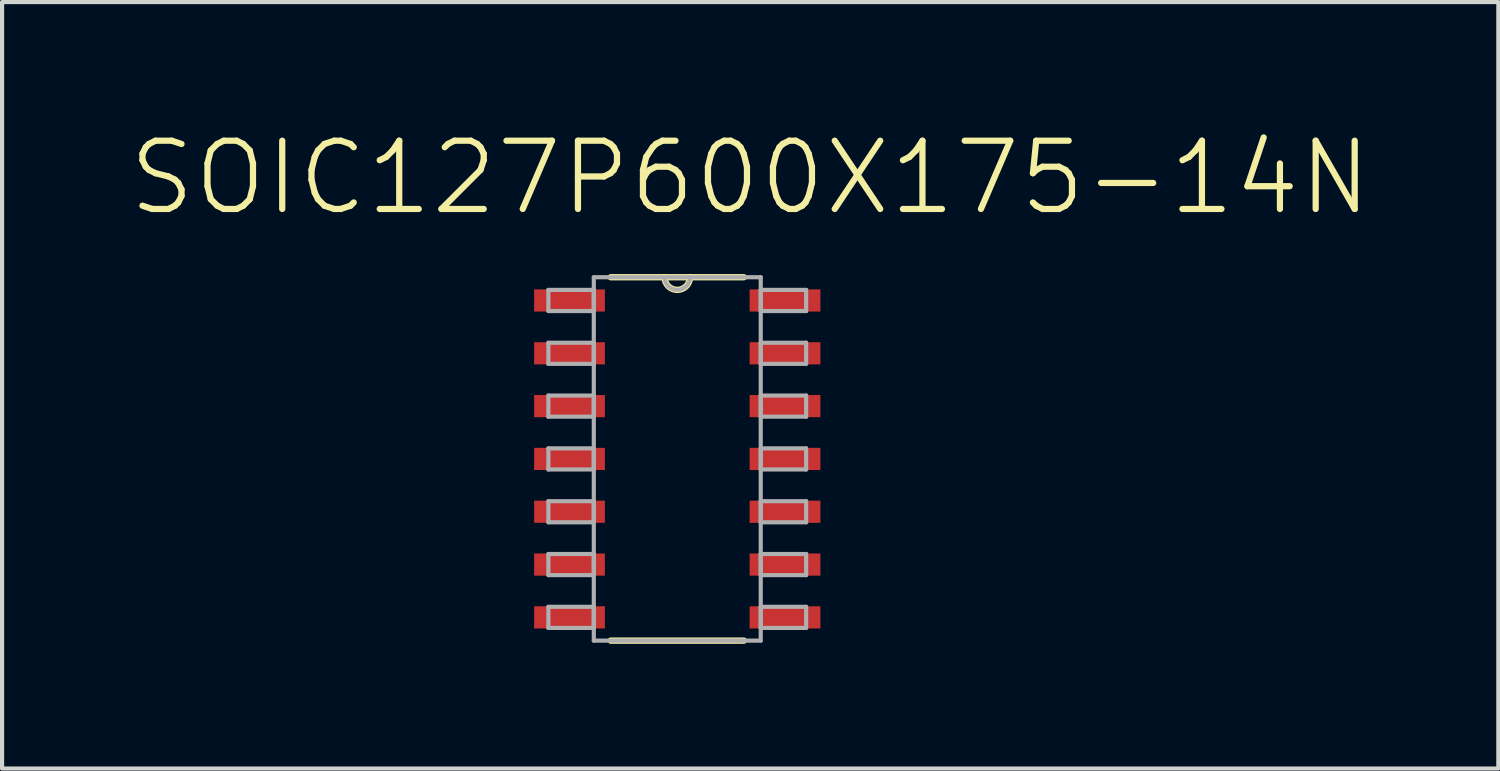
<source format=kicad_pcb>
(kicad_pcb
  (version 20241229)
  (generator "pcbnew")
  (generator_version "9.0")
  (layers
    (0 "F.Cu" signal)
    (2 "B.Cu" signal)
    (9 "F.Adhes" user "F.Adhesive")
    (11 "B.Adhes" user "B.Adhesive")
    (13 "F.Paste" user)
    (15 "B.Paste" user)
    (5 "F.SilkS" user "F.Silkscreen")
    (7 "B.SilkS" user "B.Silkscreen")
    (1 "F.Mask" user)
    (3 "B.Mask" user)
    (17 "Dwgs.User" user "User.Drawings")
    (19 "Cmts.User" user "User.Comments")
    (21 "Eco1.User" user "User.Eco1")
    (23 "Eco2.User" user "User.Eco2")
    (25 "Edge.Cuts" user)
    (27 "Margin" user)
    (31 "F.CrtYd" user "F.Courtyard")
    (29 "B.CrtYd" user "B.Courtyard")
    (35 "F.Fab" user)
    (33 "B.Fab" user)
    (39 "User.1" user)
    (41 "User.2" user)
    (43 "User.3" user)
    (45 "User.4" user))
  (footprint "SOIC127P600X175-14N"
    (layer "F.Cu")
    (at 13.235 7.985)
    (property "Reference" "SOIC127P600X175-14N" (at 1.754 -6.762 0) (layer "F.SilkS") (effects (font (size 1.641 1.641) (thickness 0.15))))
    (attr through_hole)
    (fp_line (start -1.6 4.369) (end 1.6 4.369) (stroke (width 0.152) (type solid)) (layer "F.SilkS"))
    (fp_line (start -0.305 -4.369) (end -1.6 -4.369) (stroke (width 0.152) (type solid)) (layer "F.SilkS"))
    (fp_line (start 0.305 -4.369) (end -0.305 -4.369) (stroke (width 0.152) (type solid)) (layer "F.SilkS"))
    (fp_line (start 1.6 -4.369) (end 0.305 -4.369) (stroke (width 0.152) (type solid)) (layer "F.SilkS"))
    (fp_arc (start 0.3048 -4.3688) (mid 0 -4.064) (end -0.3048 -4.3688) (stroke (width 0.1524) (type solid)) (layer "F.SilkS"))
    (fp_line (start -3.099 -4.064) (end -3.099 -3.556) (stroke (width 0.1) (type solid)) (layer "F.Fab"))
    (fp_line (start -3.099 -3.556) (end -2.007 -3.556) (stroke (width 0.1) (type solid)) (layer "F.Fab"))
    (fp_line (start -3.099 -2.794) (end -3.099 -2.286) (stroke (width 0.1) (type solid)) (layer "F.Fab"))
    (fp_line (start -3.099 -2.286) (end -2.007 -2.286) (stroke (width 0.1) (type solid)) (layer "F.Fab"))
    (fp_line (start -3.099 -1.524) (end -3.099 -1.016) (stroke (width 0.1) (type solid)) (layer "F.Fab"))
    (fp_line (start -3.099 -1.016) (end -2.007 -1.016) (stroke (width 0.1) (type solid)) (layer "F.Fab"))
    (fp_line (start -3.099 -0.254) (end -3.099 0.254) (stroke (width 0.1) (type solid)) (layer "F.Fab"))
    (fp_line (start -3.099 0.254) (end -2.007 0.254) (stroke (width 0.1) (type solid)) (layer "F.Fab"))
    (fp_line (start -3.099 1.016) (end -3.099 1.524) (stroke (width 0.1) (type solid)) (layer "F.Fab"))
    (fp_line (start -3.099 1.524) (end -2.007 1.524) (stroke (width 0.1) (type solid)) (layer "F.Fab"))
    (fp_line (start -3.099 2.286) (end -3.099 2.794) (stroke (width 0.1) (type solid)) (layer "F.Fab"))
    (fp_line (start -3.099 2.794) (end -2.007 2.794) (stroke (width 0.1) (type solid)) (layer "F.Fab"))
    (fp_line (start -3.099 3.556) (end -3.099 4.064) (stroke (width 0.1) (type solid)) (layer "F.Fab"))
    (fp_line (start -3.099 4.064) (end -2.007 4.064) (stroke (width 0.1) (type solid)) (layer "F.Fab"))
    (fp_line (start -2.007 -4.369) (end -2.007 4.369) (stroke (width 0.1) (type solid)) (layer "F.Fab"))
    (fp_line (start -2.007 -4.064) (end -3.099 -4.064) (stroke (width 0.1) (type solid)) (layer "F.Fab"))
    (fp_line (start -2.007 -3.556) (end -2.007 -4.064) (stroke (width 0.1) (type solid)) (layer "F.Fab"))
    (fp_line (start -2.007 -2.794) (end -3.099 -2.794) (stroke (width 0.1) (type solid)) (layer "F.Fab"))
    (fp_line (start -2.007 -2.286) (end -2.007 -2.794) (stroke (width 0.1) (type solid)) (layer "F.Fab"))
    (fp_line (start -2.007 -1.524) (end -3.099 -1.524) (stroke (width 0.1) (type solid)) (layer "F.Fab"))
    (fp_line (start -2.007 -1.016) (end -2.007 -1.524) (stroke (width 0.1) (type solid)) (layer "F.Fab"))
    (fp_line (start -2.007 -0.254) (end -3.099 -0.254) (stroke (width 0.1) (type solid)) (layer "F.Fab"))
    (fp_line (start -2.007 0.254) (end -2.007 -0.254) (stroke (width 0.1) (type solid)) (layer "F.Fab"))
    (fp_line (start -2.007 1.016) (end -3.099 1.016) (stroke (width 0.1) (type solid)) (layer "F.Fab"))
    (fp_line (start -2.007 1.524) (end -2.007 1.016) (stroke (width 0.1) (type solid)) (layer "F.Fab"))
    (fp_line (start -2.007 2.286) (end -3.099 2.286) (stroke (width 0.1) (type solid)) (layer "F.Fab"))
    (fp_line (start -2.007 2.794) (end -2.007 2.286) (stroke (width 0.1) (type solid)) (layer "F.Fab"))
    (fp_line (start -2.007 3.556) (end -3.099 3.556) (stroke (width 0.1) (type solid)) (layer "F.Fab"))
    (fp_line (start -2.007 4.064) (end -2.007 3.556) (stroke (width 0.1) (type solid)) (layer "F.Fab"))
    (fp_line (start -2.007 4.369) (end 2.007 4.369) (stroke (width 0.1) (type solid)) (layer "F.Fab"))
    (fp_line (start -0.305 -4.369) (end -2.007 -4.369) (stroke (width 0.1) (type solid)) (layer "F.Fab"))
    (fp_line (start 0.305 -4.369) (end -0.305 -4.369) (stroke (width 0.1) (type solid)) (layer "F.Fab"))
    (fp_line (start 2.007 -4.369) (end 0.305 -4.369) (stroke (width 0.1) (type solid)) (layer "F.Fab"))
    (fp_line (start 2.007 -4.064) (end 2.007 -3.556) (stroke (width 0.1) (type solid)) (layer "F.Fab"))
    (fp_line (start 2.007 -3.556) (end 3.099 -3.556) (stroke (width 0.1) (type solid)) (layer "F.Fab"))
    (fp_line (start 2.007 -2.794) (end 2.007 -2.286) (stroke (width 0.1) (type solid)) (layer "F.Fab"))
    (fp_line (start 2.007 -2.286) (end 3.099 -2.286) (stroke (width 0.1) (type solid)) (layer "F.Fab"))
    (fp_line (start 2.007 -1.524) (end 2.007 -1.016) (stroke (width 0.1) (type solid)) (layer "F.Fab"))
    (fp_line (start 2.007 -1.016) (end 3.099 -1.016) (stroke (width 0.1) (type solid)) (layer "F.Fab"))
    (fp_line (start 2.007 -0.254) (end 2.007 0.254) (stroke (width 0.1) (type solid)) (layer "F.Fab"))
    (fp_line (start 2.007 0.254) (end 3.099 0.254) (stroke (width 0.1) (type solid)) (layer "F.Fab"))
    (fp_line (start 2.007 1.016) (end 2.007 1.524) (stroke (width 0.1) (type solid)) (layer "F.Fab"))
    (fp_line (start 2.007 1.524) (end 3.099 1.524) (stroke (width 0.1) (type solid)) (layer "F.Fab"))
    (fp_line (start 2.007 2.286) (end 2.007 2.794) (stroke (width 0.1) (type solid)) (layer "F.Fab"))
    (fp_line (start 2.007 2.794) (end 3.099 2.794) (stroke (width 0.1) (type solid)) (layer "F.Fab"))
    (fp_line (start 2.007 3.556) (end 2.007 4.064) (stroke (width 0.1) (type solid)) (layer "F.Fab"))
    (fp_line (start 2.007 4.064) (end 3.099 4.064) (stroke (width 0.1) (type solid)) (layer "F.Fab"))
    (fp_line (start 2.007 4.369) (end 2.007 -4.369) (stroke (width 0.1) (type solid)) (layer "F.Fab"))
    (fp_line (start 3.099 -4.064) (end 2.007 -4.064) (stroke (width 0.1) (type solid)) (layer "F.Fab"))
    (fp_line (start 3.099 -3.556) (end 3.099 -4.064) (stroke (width 0.1) (type solid)) (layer "F.Fab"))
    (fp_line (start 3.099 -2.794) (end 2.007 -2.794) (stroke (width 0.1) (type solid)) (layer "F.Fab"))
    (fp_line (start 3.099 -2.286) (end 3.099 -2.794) (stroke (width 0.1) (type solid)) (layer "F.Fab"))
    (fp_line (start 3.099 -1.524) (end 2.007 -1.524) (stroke (width 0.1) (type solid)) (layer "F.Fab"))
    (fp_line (start 3.099 -1.016) (end 3.099 -1.524) (stroke (width 0.1) (type solid)) (layer "F.Fab"))
    (fp_line (start 3.099 -0.254) (end 2.007 -0.254) (stroke (width 0.1) (type solid)) (layer "F.Fab"))
    (fp_line (start 3.099 0.254) (end 3.099 -0.254) (stroke (width 0.1) (type solid)) (layer "F.Fab"))
    (fp_line (start 3.099 1.016) (end 2.007 1.016) (stroke (width 0.1) (type solid)) (layer "F.Fab"))
    (fp_line (start 3.099 1.524) (end 3.099 1.016) (stroke (width 0.1) (type solid)) (layer "F.Fab"))
    (fp_line (start 3.099 2.286) (end 2.007 2.286) (stroke (width 0.1) (type solid)) (layer "F.Fab"))
    (fp_line (start 3.099 2.794) (end 3.099 2.286) (stroke (width 0.1) (type solid)) (layer "F.Fab"))
    (fp_line (start 3.099 3.556) (end 2.007 3.556) (stroke (width 0.1) (type solid)) (layer "F.Fab"))
    (fp_line (start 3.099 4.064) (end 3.099 3.556) (stroke (width 0.1) (type solid)) (layer "F.Fab"))
    (fp_arc (start 0.3048 -4.3688) (mid 0 -4.064) (end -0.3048 -4.3688) (stroke (width 0.1) (type solid)) (layer "F.Fab"))
    (pad "1" smd rect (at -2.591 -3.81) (size 1.702 0.533) (layers "F.Cu" "F.Mask" "F.Paste"))
    (pad "2" smd rect (at -2.591 -2.54) (size 1.702 0.533) (layers "F.Cu" "F.Mask" "F.Paste"))
    (pad "3" smd rect (at -2.591 -1.27) (size 1.702 0.533) (layers "F.Cu" "F.Mask" "F.Paste"))
    (pad "4" smd rect (at -2.591 0) (size 1.702 0.533) (layers "F.Cu" "F.Mask" "F.Paste"))
    (pad "5" smd rect (at -2.591 1.27) (size 1.702 0.533) (layers "F.Cu" "F.Mask" "F.Paste"))
    (pad "6" smd rect (at -2.591 2.54) (size 1.702 0.533) (layers "F.Cu" "F.Mask" "F.Paste"))
    (pad "7" smd rect (at -2.591 3.81) (size 1.702 0.533) (layers "F.Cu" "F.Mask" "F.Paste"))
    (pad "8" smd rect (at 2.591 3.81) (size 1.702 0.533) (layers "F.Cu" "F.Mask" "F.Paste"))
    (pad "9" smd rect (at 2.591 2.54) (size 1.702 0.533) (layers "F.Cu" "F.Mask" "F.Paste"))
    (pad "10" smd rect (at 2.591 1.27) (size 1.702 0.533) (layers "F.Cu" "F.Mask" "F.Paste"))
    (pad "11" smd rect (at 2.591 0) (size 1.702 0.533) (layers "F.Cu" "F.Mask" "F.Paste"))
    (pad "12" smd rect (at 2.591 -1.27) (size 1.702 0.533) (layers "F.Cu" "F.Mask" "F.Paste"))
    (pad "13" smd rect (at 2.591 -2.54) (size 1.702 0.533) (layers "F.Cu" "F.Mask" "F.Paste"))
    (pad "14" smd rect (at 2.591 -3.81) (size 1.702 0.533) (layers "F.Cu" "F.Mask" "F.Paste")))
  (gr_rect
    (start -3 -3)
    (end 32.978 15.43)
    (stroke (width 0.1) (type default))
    (fill no)
    (layer "Edge.Cuts")))
</source>
